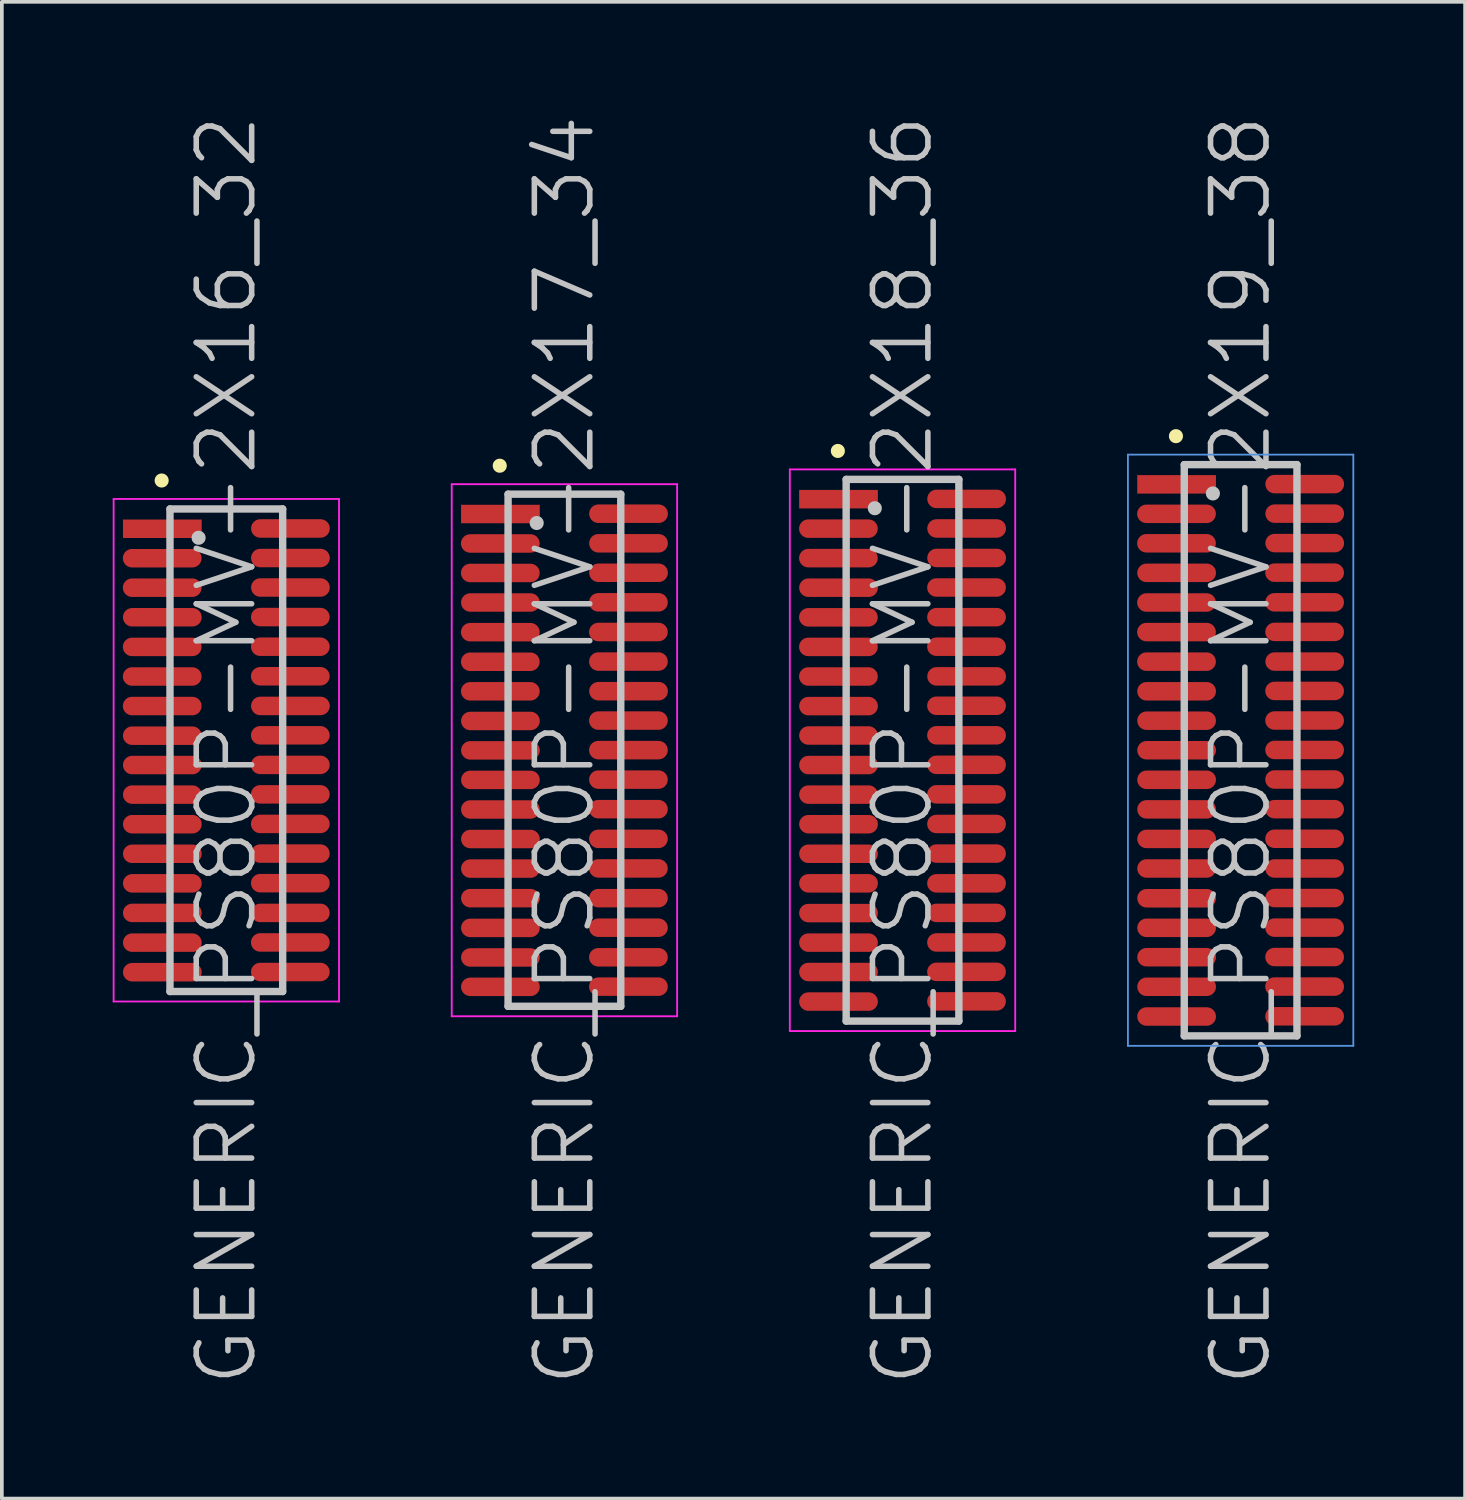
<source format=kicad_pcb>
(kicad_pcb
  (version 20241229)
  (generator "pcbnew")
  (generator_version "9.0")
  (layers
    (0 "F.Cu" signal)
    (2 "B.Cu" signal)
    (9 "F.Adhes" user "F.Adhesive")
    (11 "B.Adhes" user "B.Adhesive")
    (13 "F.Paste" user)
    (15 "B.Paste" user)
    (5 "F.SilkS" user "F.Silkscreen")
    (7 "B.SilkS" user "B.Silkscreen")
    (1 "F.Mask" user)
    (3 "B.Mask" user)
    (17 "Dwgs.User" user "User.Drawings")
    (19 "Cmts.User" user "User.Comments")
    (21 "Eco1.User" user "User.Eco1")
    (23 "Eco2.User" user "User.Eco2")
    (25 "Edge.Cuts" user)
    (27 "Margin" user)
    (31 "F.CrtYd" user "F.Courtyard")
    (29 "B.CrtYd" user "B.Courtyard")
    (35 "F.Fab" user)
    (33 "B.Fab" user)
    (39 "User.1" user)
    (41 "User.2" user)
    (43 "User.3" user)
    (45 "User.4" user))
  (footprint "GENERIC_PS80P-MV-2X18_36"
    (layer "F.Cu")
    (at 21.375 17.254)
    (property "Reference" "GENERIC_PS80P-MV-2X18_36" (at 0 0 90) (layer "Dwgs.User") (effects (font (size 1.5 1.5) (thickness 0.15))))
    (attr smd)
    (fp_line (start -1.75 -8.1) (end -1.75 -8.1) (stroke (width 0.381) (type solid)) (layer "F.SilkS"))
    (fp_line (start -1.525 -7.33) (end -1.525 7.33) (stroke (width 0.2) (type solid)) (layer "Dwgs.User"))
    (fp_line (start -1.525 -7.33) (end 1.525 -7.33) (stroke (width 0.2) (type solid)) (layer "Dwgs.User"))
    (fp_line (start -1.525 7.33) (end 1.525 7.33) (stroke (width 0.2) (type solid)) (layer "Dwgs.User"))
    (fp_line (start -0.75 -6.55) (end -0.75 -6.55) (stroke (width 0.381) (type solid)) (layer "Dwgs.User"))
    (fp_line (start 1.525 -7.33) (end 1.525 7.33) (stroke (width 0.2) (type solid)) (layer "Dwgs.User"))
    (fp_line (start -3.05 -7.6) (end -3.05 7.6) (stroke (width 0.05) (type solid)) (layer "F.CrtYd"))
    (fp_line (start -3.05 -7.6) (end 3.05 -7.6) (stroke (width 0.05) (type solid)) (layer "F.CrtYd"))
    (fp_line (start -3.05 7.6) (end 3.05 7.6) (stroke (width 0.05) (type solid)) (layer "F.CrtYd"))
    (fp_line (start 3.05 -7.6) (end 3.05 7.6) (stroke (width 0.05) (type solid)) (layer "F.CrtYd"))
    (pad "1" smd rect (at -1.732 -6.795 270) (size 0.5 2.13) (layers "F.Cu" "F.Mask" "F.Paste"))
    (pad "2" smd oval (at 1.735 -6.802 270) (size 0.5 2.13) (layers "F.Cu" "F.Mask" "F.Paste"))
    (pad "3" smd oval (at -1.735 -5.997 270) (size 0.5 2.13) (layers "F.Cu" "F.Mask" "F.Paste"))
    (pad "4" smd oval (at 1.735 -6.002 270) (size 0.5 2.13) (layers "F.Cu" "F.Mask" "F.Paste"))
    (pad "5" smd oval (at -1.735 -5.199 270) (size 0.5 2.13) (layers "F.Cu" "F.Mask" "F.Paste"))
    (pad "6" smd oval (at 1.735 -5.204 270) (size 0.5 2.13) (layers "F.Cu" "F.Mask" "F.Paste"))
    (pad "7" smd oval (at -1.732 -4.399 270) (size 0.5 2.13) (layers "F.Cu" "F.Mask" "F.Paste"))
    (pad "8" smd oval (at 1.732 -4.404 270) (size 0.5 2.13) (layers "F.Cu" "F.Mask" "F.Paste"))
    (pad "9" smd oval (at -1.735 -3.597 270) (size 0.5 2.13) (layers "F.Cu" "F.Mask" "F.Paste"))
    (pad "10" smd oval (at 1.732 -3.602 270) (size 0.5 2.13) (layers "F.Cu" "F.Mask" "F.Paste"))
    (pad "11" smd oval (at -1.735 -2.797 270) (size 0.5 2.13) (layers "F.Cu" "F.Mask" "F.Paste"))
    (pad "12" smd oval (at 1.732 -2.802 270) (size 0.5 2.13) (layers "F.Cu" "F.Mask" "F.Paste"))
    (pad "13" smd oval (at -1.735 -1.996 270) (size 0.5 2.13) (layers "F.Cu" "F.Mask" "F.Paste"))
    (pad "14" smd oval (at 1.735 -1.999 270) (size 0.5 2.13) (layers "F.Cu" "F.Mask" "F.Paste"))
    (pad "15" smd oval (at -1.732 -1.194 270) (size 0.5 2.13) (layers "F.Cu" "F.Mask" "F.Paste"))
    (pad "16" smd oval (at 1.732 -1.204 270) (size 0.5 2.13) (layers "F.Cu" "F.Mask" "F.Paste"))
    (pad "17" smd oval (at -1.732 -0.399 270) (size 0.5 2.13) (layers "F.Cu" "F.Mask" "F.Paste"))
    (pad "18" smd oval (at 1.732 -0.404 270) (size 0.5 2.13) (layers "F.Cu" "F.Mask" "F.Paste"))
    (pad "19" smd oval (at -1.732 0.401 270) (size 0.5 2.13) (layers "F.Cu" "F.Mask" "F.Paste"))
    (pad "20" smd oval (at 1.732 0.394 270) (size 0.5 2.13) (layers "F.Cu" "F.Mask" "F.Paste"))
    (pad "21" smd oval (at -1.732 1.201 270) (size 0.5 2.13) (layers "F.Cu" "F.Mask" "F.Paste"))
    (pad "22" smd oval (at 1.732 1.194 270) (size 0.5 2.13) (layers "F.Cu" "F.Mask" "F.Paste"))
    (pad "23" smd oval (at -1.732 2.002 270) (size 0.5 2.13) (layers "F.Cu" "F.Mask" "F.Paste"))
    (pad "24" smd oval (at 1.732 1.996 270) (size 0.5 2.13) (layers "F.Cu" "F.Mask" "F.Paste"))
    (pad "25" smd oval (at -1.732 2.802 270) (size 0.5 2.13) (layers "F.Cu" "F.Mask" "F.Paste"))
    (pad "26" smd oval (at 1.732 2.797 270) (size 0.5 2.13) (layers "F.Cu" "F.Mask" "F.Paste"))
    (pad "27" smd oval (at -1.732 3.602 270) (size 0.5 2.13) (layers "F.Cu" "F.Mask" "F.Paste"))
    (pad "28" smd oval (at 1.732 3.602 270) (size 0.5 2.13) (layers "F.Cu" "F.Mask" "F.Paste"))
    (pad "29" smd oval (at -1.732 4.407 270) (size 0.5 2.13) (layers "F.Cu" "F.Mask" "F.Paste"))
    (pad "30" smd oval (at 1.732 4.402 270) (size 0.5 2.13) (layers "F.Cu" "F.Mask" "F.Paste"))
    (pad "31" smd oval (at -1.732 5.207 270) (size 0.5 2.13) (layers "F.Cu" "F.Mask" "F.Paste"))
    (pad "32" smd oval (at 1.732 5.202 270) (size 0.5 2.13) (layers "F.Cu" "F.Mask" "F.Paste"))
    (pad "33" smd oval (at -1.732 6.002 270) (size 0.5 2.13) (layers "F.Cu" "F.Mask" "F.Paste"))
    (pad "34" smd oval (at 1.732 5.997 270) (size 0.5 2.13) (layers "F.Cu" "F.Mask" "F.Paste"))
    (pad "35" smd oval (at -1.732 6.802 270) (size 0.5 2.13) (layers "F.Cu" "F.Mask" "F.Paste"))
    (pad "36" smd oval (at 1.732 6.797 270) (size 0.5 2.13) (layers "F.Cu" "F.Mask" "F.Paste")))
  (footprint "GENERIC_PS80P-MV-2X17_34"
    (layer "F.Cu")
    (at 12.225 17.254)
    (property "Reference" "GENERIC_PS80P-MV-2X17_34" (at 0 0 90) (layer "Dwgs.User") (effects (font (size 1.5 1.5) (thickness 0.15))))
    (attr smd)
    (fp_line (start -1.75 -7.7) (end -1.75 -7.7) (stroke (width 0.381) (type solid)) (layer "F.SilkS"))
    (fp_line (start -1.525 -6.93) (end -1.525 6.93) (stroke (width 0.2) (type solid)) (layer "Dwgs.User"))
    (fp_line (start -1.525 -6.93) (end 1.525 -6.93) (stroke (width 0.2) (type solid)) (layer "Dwgs.User"))
    (fp_line (start -1.525 6.93) (end 1.525 6.93) (stroke (width 0.2) (type solid)) (layer "Dwgs.User"))
    (fp_line (start -0.75 -6.15) (end -0.75 -6.15) (stroke (width 0.381) (type solid)) (layer "Dwgs.User"))
    (fp_line (start 1.525 -6.93) (end 1.525 6.93) (stroke (width 0.2) (type solid)) (layer "Dwgs.User"))
    (fp_line (start -3.05 -7.2) (end -3.05 7.2) (stroke (width 0.05) (type solid)) (layer "F.CrtYd"))
    (fp_line (start -3.05 -7.2) (end 3.05 -7.2) (stroke (width 0.05) (type solid)) (layer "F.CrtYd"))
    (fp_line (start -3.05 7.2) (end 3.05 7.2) (stroke (width 0.05) (type solid)) (layer "F.CrtYd"))
    (fp_line (start 3.05 -7.2) (end 3.05 7.2) (stroke (width 0.05) (type solid)) (layer "F.CrtYd"))
    (pad "1" smd rect (at -1.732 -6.393 270) (size 0.5 2.13) (layers "F.Cu" "F.Mask" "F.Paste"))
    (pad "2" smd oval (at 1.735 -6.401 270) (size 0.5 2.13) (layers "F.Cu" "F.Mask" "F.Paste"))
    (pad "3" smd oval (at -1.735 -5.596 270) (size 0.5 2.13) (layers "F.Cu" "F.Mask" "F.Paste"))
    (pad "4" smd oval (at 1.735 -5.601 270) (size 0.5 2.13) (layers "F.Cu" "F.Mask" "F.Paste"))
    (pad "5" smd oval (at -1.735 -4.798 270) (size 0.5 2.13) (layers "F.Cu" "F.Mask" "F.Paste"))
    (pad "6" smd oval (at 1.735 -4.803 270) (size 0.5 2.13) (layers "F.Cu" "F.Mask" "F.Paste"))
    (pad "7" smd oval (at -1.732 -3.998 270) (size 0.5 2.13) (layers "F.Cu" "F.Mask" "F.Paste"))
    (pad "8" smd oval (at 1.732 -4.003 270) (size 0.5 2.13) (layers "F.Cu" "F.Mask" "F.Paste"))
    (pad "9" smd oval (at -1.735 -3.195 270) (size 0.5 2.13) (layers "F.Cu" "F.Mask" "F.Paste"))
    (pad "10" smd oval (at 1.732 -3.2 270) (size 0.5 2.13) (layers "F.Cu" "F.Mask" "F.Paste"))
    (pad "11" smd oval (at -1.735 -2.395 270) (size 0.5 2.13) (layers "F.Cu" "F.Mask" "F.Paste"))
    (pad "12" smd oval (at 1.732 -2.4 270) (size 0.5 2.13) (layers "F.Cu" "F.Mask" "F.Paste"))
    (pad "13" smd oval (at -1.735 -1.595 270) (size 0.5 2.13) (layers "F.Cu" "F.Mask" "F.Paste"))
    (pad "14" smd oval (at 1.735 -1.598 270) (size 0.5 2.13) (layers "F.Cu" "F.Mask" "F.Paste"))
    (pad "15" smd oval (at -1.732 -0.792 270) (size 0.5 2.13) (layers "F.Cu" "F.Mask" "F.Paste"))
    (pad "16" smd oval (at 1.732 -0.803 270) (size 0.5 2.13) (layers "F.Cu" "F.Mask" "F.Paste"))
    (pad "17" smd oval (at -1.732 0.003 270) (size 0.5 2.13) (layers "F.Cu" "F.Mask" "F.Paste"))
    (pad "18" smd oval (at 1.732 -0.003 270) (size 0.5 2.13) (layers "F.Cu" "F.Mask" "F.Paste"))
    (pad "19" smd oval (at -1.732 0.803 270) (size 0.5 2.13) (layers "F.Cu" "F.Mask" "F.Paste"))
    (pad "20" smd oval (at 1.732 0.795 270) (size 0.5 2.13) (layers "F.Cu" "F.Mask" "F.Paste"))
    (pad "21" smd oval (at -1.732 1.603 270) (size 0.5 2.13) (layers "F.Cu" "F.Mask" "F.Paste"))
    (pad "22" smd oval (at 1.732 1.595 270) (size 0.5 2.13) (layers "F.Cu" "F.Mask" "F.Paste"))
    (pad "23" smd oval (at -1.732 2.403 270) (size 0.5 2.13) (layers "F.Cu" "F.Mask" "F.Paste"))
    (pad "24" smd oval (at 1.732 2.398 270) (size 0.5 2.13) (layers "F.Cu" "F.Mask" "F.Paste"))
    (pad "25" smd oval (at -1.732 3.203 270) (size 0.5 2.13) (layers "F.Cu" "F.Mask" "F.Paste"))
    (pad "26" smd oval (at 1.732 3.198 270) (size 0.5 2.13) (layers "F.Cu" "F.Mask" "F.Paste"))
    (pad "27" smd oval (at -1.732 4.003 270) (size 0.5 2.13) (layers "F.Cu" "F.Mask" "F.Paste"))
    (pad "28" smd oval (at 1.732 4.003 270) (size 0.5 2.13) (layers "F.Cu" "F.Mask" "F.Paste"))
    (pad "29" smd oval (at -1.732 4.808 270) (size 0.5 2.13) (layers "F.Cu" "F.Mask" "F.Paste"))
    (pad "30" smd oval (at 1.732 4.803 270) (size 0.5 2.13) (layers "F.Cu" "F.Mask" "F.Paste"))
    (pad "31" smd oval (at -1.732 5.608 270) (size 0.5 2.13) (layers "F.Cu" "F.Mask" "F.Paste"))
    (pad "32" smd oval (at 1.732 5.603 270) (size 0.5 2.13) (layers "F.Cu" "F.Mask" "F.Paste"))
    (pad "33" smd oval (at -1.732 6.403 270) (size 0.5 2.13) (layers "F.Cu" "F.Mask" "F.Paste"))
    (pad "34" smd oval (at 1.732 6.398 270) (size 0.5 2.13) (layers "F.Cu" "F.Mask" "F.Paste")))
  (footprint "GENERIC_PS80P-MV-2X19_38"
    (layer "F.Cu")
    (at 30.525 17.254)
    (property "Reference" "GENERIC_PS80P-MV-2X19_38" (at 0 0 90) (layer "Dwgs.User") (effects (font (size 1.5 1.5) (thickness 0.15))))
    (attr smd)
    (fp_line (start -1.75 -8.5) (end -1.75 -8.5) (stroke (width 0.381) (type solid)) (layer "F.SilkS"))
    (fp_line (start -1.525 -7.73) (end -1.525 7.73) (stroke (width 0.2) (type solid)) (layer "Dwgs.User"))
    (fp_line (start -1.525 -7.73) (end 1.525 -7.73) (stroke (width 0.2) (type solid)) (layer "Dwgs.User"))
    (fp_line (start -1.525 7.73) (end 1.525 7.73) (stroke (width 0.2) (type solid)) (layer "Dwgs.User"))
    (fp_line (start -0.75 -6.95) (end -0.75 -6.95) (stroke (width 0.381) (type solid)) (layer "Dwgs.User"))
    (fp_line (start 1.525 -7.73) (end 1.525 7.73) (stroke (width 0.2) (type solid)) (layer "Dwgs.User"))
    (fp_line (start -3.05 -8) (end -3.05 8) (stroke (width 0.05) (type solid)) (layer "Cmts.User"))
    (fp_line (start -3.05 -8) (end 3.05 -8) (stroke (width 0.05) (type solid)) (layer "Cmts.User"))
    (fp_line (start -3.05 8) (end 3.05 8) (stroke (width 0.05) (type solid)) (layer "Cmts.User"))
    (fp_line (start 3.05 -8) (end 3.05 8) (stroke (width 0.05) (type solid)) (layer "Cmts.User"))
    (pad "1" smd rect (at -1.732 -7.196 270) (size 0.5 2.13) (layers "F.Cu" "F.Mask" "F.Paste"))
    (pad "2" smd oval (at 1.735 -7.203 270) (size 0.5 2.13) (layers "F.Cu" "F.Mask" "F.Paste"))
    (pad "3" smd oval (at -1.735 -6.398 270) (size 0.5 2.13) (layers "F.Cu" "F.Mask" "F.Paste"))
    (pad "4" smd oval (at 1.735 -6.403 270) (size 0.5 2.13) (layers "F.Cu" "F.Mask" "F.Paste"))
    (pad "5" smd oval (at -1.735 -5.601 270) (size 0.5 2.13) (layers "F.Cu" "F.Mask" "F.Paste"))
    (pad "6" smd oval (at 1.735 -5.606 270) (size 0.5 2.13) (layers "F.Cu" "F.Mask" "F.Paste"))
    (pad "7" smd oval (at -1.732 -4.801 270) (size 0.5 2.13) (layers "F.Cu" "F.Mask" "F.Paste"))
    (pad "8" smd oval (at 1.732 -4.806 270) (size 0.5 2.13) (layers "F.Cu" "F.Mask" "F.Paste"))
    (pad "9" smd oval (at -1.735 -3.998 270) (size 0.5 2.13) (layers "F.Cu" "F.Mask" "F.Paste"))
    (pad "10" smd oval (at 1.732 -4.003 270) (size 0.5 2.13) (layers "F.Cu" "F.Mask" "F.Paste"))
    (pad "11" smd oval (at -1.735 -3.198 270) (size 0.5 2.13) (layers "F.Cu" "F.Mask" "F.Paste"))
    (pad "12" smd oval (at 1.732 -3.203 270) (size 0.5 2.13) (layers "F.Cu" "F.Mask" "F.Paste"))
    (pad "13" smd oval (at -1.735 -2.398 270) (size 0.5 2.13) (layers "F.Cu" "F.Mask" "F.Paste"))
    (pad "14" smd oval (at 1.735 -2.4 270) (size 0.5 2.13) (layers "F.Cu" "F.Mask" "F.Paste"))
    (pad "15" smd oval (at -1.732 -1.595 270) (size 0.5 2.13) (layers "F.Cu" "F.Mask" "F.Paste"))
    (pad "16" smd oval (at 1.732 -1.605 270) (size 0.5 2.13) (layers "F.Cu" "F.Mask" "F.Paste"))
    (pad "17" smd oval (at -1.732 -0.8 270) (size 0.5 2.13) (layers "F.Cu" "F.Mask" "F.Paste"))
    (pad "18" smd oval (at 1.732 -0.805 270) (size 0.5 2.13) (layers "F.Cu" "F.Mask" "F.Paste"))
    (pad "19" smd oval (at -1.732 0 270) (size 0.5 2.13) (layers "F.Cu" "F.Mask" "F.Paste"))
    (pad "20" smd oval (at 1.732 -0.008 270) (size 0.5 2.13) (layers "F.Cu" "F.Mask" "F.Paste"))
    (pad "21" smd oval (at -1.732 0.8 270) (size 0.5 2.13) (layers "F.Cu" "F.Mask" "F.Paste"))
    (pad "22" smd oval (at 1.732 0.792 270) (size 0.5 2.13) (layers "F.Cu" "F.Mask" "F.Paste"))
    (pad "23" smd oval (at -1.732 1.6 270) (size 0.5 2.13) (layers "F.Cu" "F.Mask" "F.Paste"))
    (pad "24" smd oval (at 1.732 1.595 270) (size 0.5 2.13) (layers "F.Cu" "F.Mask" "F.Paste"))
    (pad "25" smd oval (at -1.732 2.4 270) (size 0.5 2.13) (layers "F.Cu" "F.Mask" "F.Paste"))
    (pad "26" smd oval (at 1.732 2.395 270) (size 0.5 2.13) (layers "F.Cu" "F.Mask" "F.Paste"))
    (pad "27" smd oval (at -1.732 3.2 270) (size 0.5 2.13) (layers "F.Cu" "F.Mask" "F.Paste"))
    (pad "28" smd oval (at 1.732 3.2 270) (size 0.5 2.13) (layers "F.Cu" "F.Mask" "F.Paste"))
    (pad "29" smd oval (at -1.732 4.006 270) (size 0.5 2.13) (layers "F.Cu" "F.Mask" "F.Paste"))
    (pad "30" smd oval (at 1.732 4 270) (size 0.5 2.13) (layers "F.Cu" "F.Mask" "F.Paste"))
    (pad "31" smd oval (at -1.732 4.806 270) (size 0.5 2.13) (layers "F.Cu" "F.Mask" "F.Paste"))
    (pad "32" smd oval (at 1.732 4.801 270) (size 0.5 2.13) (layers "F.Cu" "F.Mask" "F.Paste"))
    (pad "33" smd oval (at -1.732 5.601 270) (size 0.5 2.13) (layers "F.Cu" "F.Mask" "F.Paste"))
    (pad "34" smd oval (at 1.732 5.596 270) (size 0.5 2.13) (layers "F.Cu" "F.Mask" "F.Paste"))
    (pad "35" smd oval (at -1.732 6.401 270) (size 0.5 2.13) (layers "F.Cu" "F.Mask" "F.Paste"))
    (pad "36" smd oval (at 1.732 6.396 270) (size 0.5 2.13) (layers "F.Cu" "F.Mask" "F.Paste"))
    (pad "37" smd oval (at -1.732 7.206 270) (size 0.5 2.13) (layers "F.Cu" "F.Mask" "F.Paste"))
    (pad "38" smd oval (at 1.732 7.201 270) (size 0.5 2.13) (layers "F.Cu" "F.Mask" "F.Paste")))
  (footprint "GENERIC_PS80P-MV-2X16_32"
    (layer "F.Cu")
    (at 3.075 17.254)
    (property "Reference" "GENERIC_PS80P-MV-2X16_32" (at 0 0 90) (layer "Dwgs.User") (effects (font (size 1.5 1.5) (thickness 0.15))))
    (attr smd)
    (fp_line (start -1.75 -7.3) (end -1.75 -7.3) (stroke (width 0.381) (type solid)) (layer "F.SilkS"))
    (fp_line (start -1.525 -6.53) (end -1.525 6.53) (stroke (width 0.2) (type solid)) (layer "Dwgs.User"))
    (fp_line (start -1.525 -6.53) (end 1.525 -6.53) (stroke (width 0.2) (type solid)) (layer "Dwgs.User"))
    (fp_line (start -1.525 6.53) (end 1.525 6.53) (stroke (width 0.2) (type solid)) (layer "Dwgs.User"))
    (fp_line (start -0.75 -5.75) (end -0.75 -5.75) (stroke (width 0.381) (type solid)) (layer "Dwgs.User"))
    (fp_line (start 1.525 -6.53) (end 1.525 6.53) (stroke (width 0.2) (type solid)) (layer "Dwgs.User"))
    (fp_line (start -3.05 -6.8) (end -3.05 6.8) (stroke (width 0.05) (type solid)) (layer "F.CrtYd"))
    (fp_line (start -3.05 -6.8) (end 3.05 -6.8) (stroke (width 0.05) (type solid)) (layer "F.CrtYd"))
    (fp_line (start -3.05 6.8) (end 3.05 6.8) (stroke (width 0.05) (type solid)) (layer "F.CrtYd"))
    (fp_line (start 3.05 -6.8) (end 3.05 6.8) (stroke (width 0.05) (type solid)) (layer "F.CrtYd"))
    (pad "1" smd rect (at -1.732 -5.994 270) (size 0.5 2.13) (layers "F.Cu" "F.Mask" "F.Paste"))
    (pad "2" smd oval (at 1.735 -6.002 270) (size 0.5 2.13) (layers "F.Cu" "F.Mask" "F.Paste"))
    (pad "3" smd oval (at -1.735 -5.197 270) (size 0.5 2.13) (layers "F.Cu" "F.Mask" "F.Paste"))
    (pad "4" smd oval (at 1.735 -5.202 270) (size 0.5 2.13) (layers "F.Cu" "F.Mask" "F.Paste"))
    (pad "5" smd oval (at -1.735 -4.399 270) (size 0.5 2.13) (layers "F.Cu" "F.Mask" "F.Paste"))
    (pad "6" smd oval (at 1.735 -4.404 270) (size 0.5 2.13) (layers "F.Cu" "F.Mask" "F.Paste"))
    (pad "7" smd oval (at -1.732 -3.599 270) (size 0.5 2.13) (layers "F.Cu" "F.Mask" "F.Paste"))
    (pad "8" smd oval (at 1.732 -3.604 270) (size 0.5 2.13) (layers "F.Cu" "F.Mask" "F.Paste"))
    (pad "9" smd oval (at -1.735 -2.797 270) (size 0.5 2.13) (layers "F.Cu" "F.Mask" "F.Paste"))
    (pad "10" smd oval (at 1.732 -2.802 270) (size 0.5 2.13) (layers "F.Cu" "F.Mask" "F.Paste"))
    (pad "11" smd oval (at -1.735 -1.996 270) (size 0.5 2.13) (layers "F.Cu" "F.Mask" "F.Paste"))
    (pad "12" smd oval (at 1.732 -2.002 270) (size 0.5 2.13) (layers "F.Cu" "F.Mask" "F.Paste"))
    (pad "13" smd oval (at -1.735 -1.196 270) (size 0.5 2.13) (layers "F.Cu" "F.Mask" "F.Paste"))
    (pad "14" smd oval (at 1.735 -1.199 270) (size 0.5 2.13) (layers "F.Cu" "F.Mask" "F.Paste"))
    (pad "15" smd oval (at -1.732 -0.394 270) (size 0.5 2.13) (layers "F.Cu" "F.Mask" "F.Paste"))
    (pad "16" smd oval (at 1.732 -0.404 270) (size 0.5 2.13) (layers "F.Cu" "F.Mask" "F.Paste"))
    (pad "17" smd oval (at -1.732 0.401 270) (size 0.5 2.13) (layers "F.Cu" "F.Mask" "F.Paste"))
    (pad "18" smd oval (at 1.732 0.396 270) (size 0.5 2.13) (layers "F.Cu" "F.Mask" "F.Paste"))
    (pad "19" smd oval (at -1.732 1.201 270) (size 0.5 2.13) (layers "F.Cu" "F.Mask" "F.Paste"))
    (pad "20" smd oval (at 1.732 1.194 270) (size 0.5 2.13) (layers "F.Cu" "F.Mask" "F.Paste"))
    (pad "21" smd oval (at -1.732 2.002 270) (size 0.5 2.13) (layers "F.Cu" "F.Mask" "F.Paste"))
    (pad "22" smd oval (at 1.732 1.994 270) (size 0.5 2.13) (layers "F.Cu" "F.Mask" "F.Paste"))
    (pad "23" smd oval (at -1.732 2.802 270) (size 0.5 2.13) (layers "F.Cu" "F.Mask" "F.Paste"))
    (pad "24" smd oval (at 1.732 2.797 270) (size 0.5 2.13) (layers "F.Cu" "F.Mask" "F.Paste"))
    (pad "25" smd oval (at -1.732 3.602 270) (size 0.5 2.13) (layers "F.Cu" "F.Mask" "F.Paste"))
    (pad "26" smd oval (at 1.732 3.597 270) (size 0.5 2.13) (layers "F.Cu" "F.Mask" "F.Paste"))
    (pad "27" smd oval (at -1.732 4.402 270) (size 0.5 2.13) (layers "F.Cu" "F.Mask" "F.Paste"))
    (pad "28" smd oval (at 1.732 4.402 270) (size 0.5 2.13) (layers "F.Cu" "F.Mask" "F.Paste"))
    (pad "29" smd oval (at -1.732 5.207 270) (size 0.5 2.13) (layers "F.Cu" "F.Mask" "F.Paste"))
    (pad "30" smd oval (at 1.732 5.202 270) (size 0.5 2.13) (layers "F.Cu" "F.Mask" "F.Paste"))
    (pad "31" smd oval (at -1.732 6.007 270) (size 0.5 2.13) (layers "F.Cu" "F.Mask" "F.Paste"))
    (pad "32" smd oval (at 1.732 6.002 270) (size 0.5 2.13) (layers "F.Cu" "F.Mask" "F.Paste")))
  (gr_rect
    (start -3 -3)
    (end 36.6 37.507)
    (stroke (width 0.1) (type default))
    (fill no)
    (layer "Edge.Cuts")))
</source>
